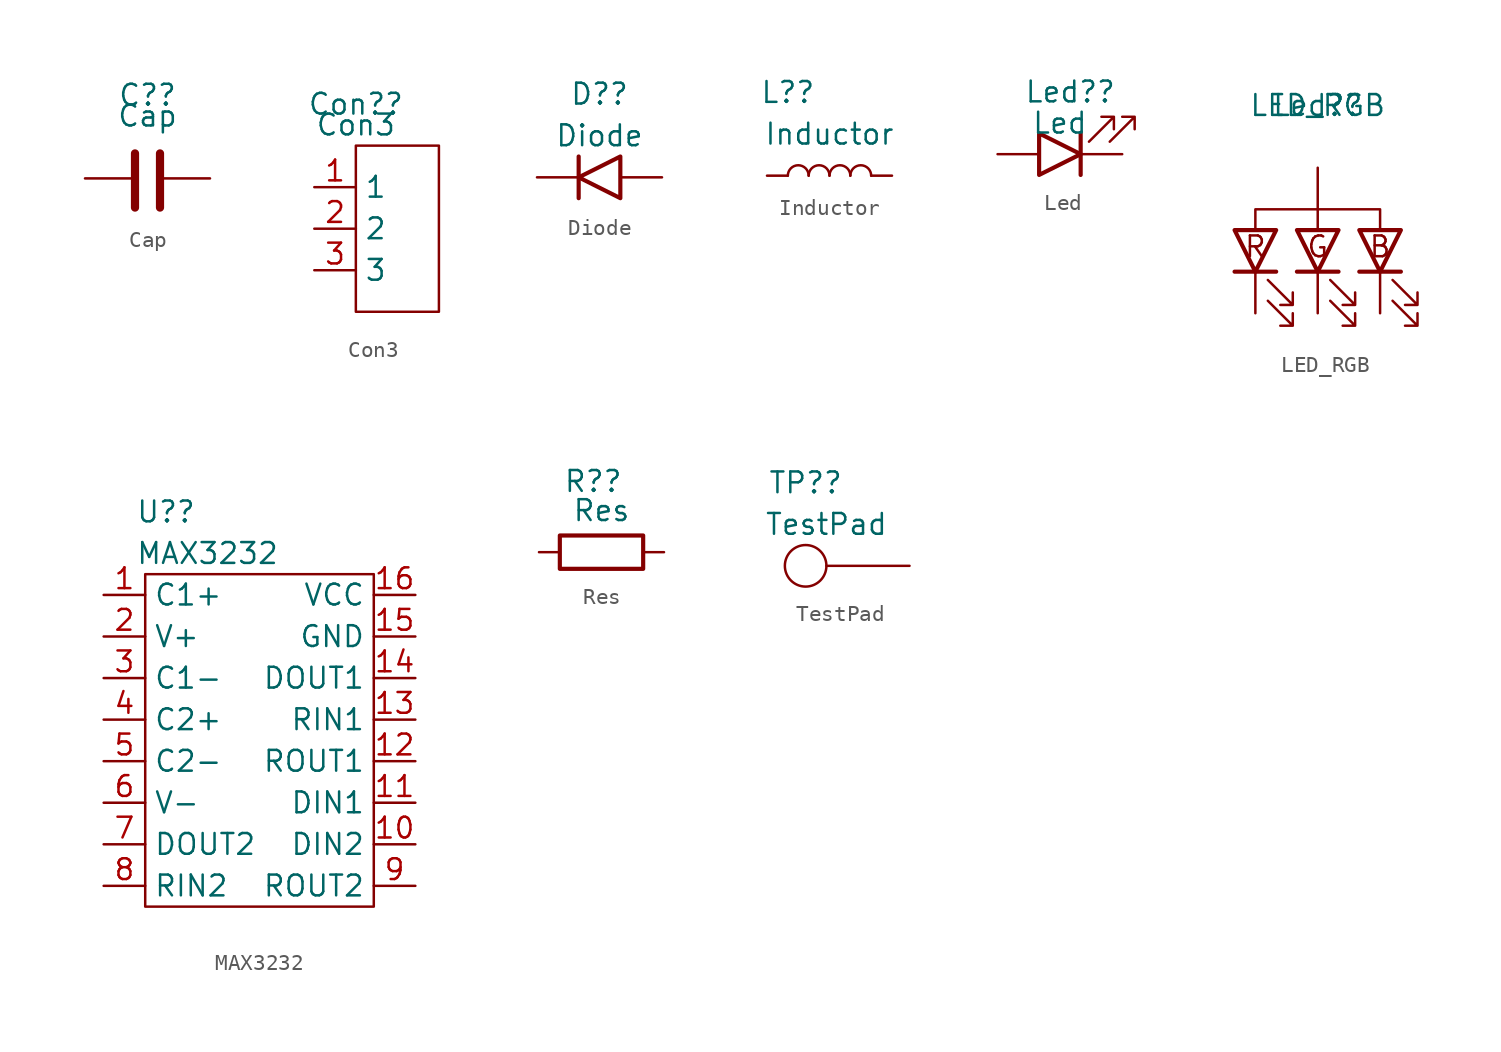
<source format=kicad_sym>
(kicad_symbol_lib
  (version 20211014)
  (generator kicad_symbol_editor)
  (symbol "Cap"
    (pin_numbers hide)
    (pin_names hide)
    (property "Reference" "C?"
      (at 0 5.08 0)
      (effects (font (size 1.27 1.27))))
    (property "Value" "Cap"
      (at 0 3.81 0)
      (effects (font (size 1.27 1.27))))
    (property "Manufacturer" ""
      (at 0 0 0)
      (effects (font (size 1.27 1.27))))
    (property "Comment" ""
      (at 0 0 0)
      (effects (font (size 1.27 1.27))))
    (symbol "Cap_0_1"
      (polyline (pts (xy -0.762 -1.778) (xy -0.762 1.524)) (stroke (width 0.5) (type default) (color 0 0 0 0)) (fill (type none)))
      (polyline (pts (xy 0.762 -1.778) (xy 0.762 1.524)) (stroke (width 0.5) (type default) (color 0 0 0 0)) (fill (type none))))
    (symbol "Cap_1_1"
      (pin passive line (at -3.81 0 0) (length 2.8) (name "~" (effects (font (size 1.27 1.27)))) (number "1" (effects (font (size 1.27 1.27)))))
      (pin passive line (at 3.81 0 180) (length 2.8) (name "~" (effects (font (size 1.27 1.27)))) (number "2" (effects (font (size 1.27 1.27)))))))
  (symbol "Con3"
    (property "Reference" "Con?"
      (at 0 2.54 0)
      (effects (font (size 1.27 1.27))))
    (property "Value" "Con3"
      (at 0 1.27 0)
      (effects (font (size 1.27 1.27))))
    (property "Manufacturer" ""
      (at 0 0 0)
      (effects (font (size 1.27 1.27))))
    (property "Comment" ""
      (at 0 0 0)
      (effects (font (size 1.27 1.27))))
    (symbol "Con3_0_1"
      (rectangle (start 0 0) (end 5.08 -10.16) (stroke (width 0) (type default) (color 0 0 0 0)) (fill (type none))))
    (symbol "Con3_1_1"
      (pin bidirectional line (at -2.54 -2.54 0) (length 2.54) (name "1" (effects (font (size 1.27 1.27)))) (number "1" (effects (font (size 1.27 1.27)))))
      (pin bidirectional line (at -2.54 -5.08 0) (length 2.54) (name "2" (effects (font (size 1.27 1.27)))) (number "2" (effects (font (size 1.27 1.27)))))
      (pin bidirectional line (at -2.54 -7.62 0) (length 2.54) (name "3" (effects (font (size 1.27 1.27)))) (number "3" (effects (font (size 1.27 1.27)))))))
  (symbol "Diode"
    (pin_numbers hide)
    (pin_names hide)
    (property "Reference" "D?"
      (at 0 1.27 0)
      (effects (font (size 1.27 1.27))))
    (property "Value" "Diode"
      (at 0 -1.27 0)
      (effects (font (size 1.27 1.27))))
    (symbol "Diode_0_1"
      (polyline (pts (xy -1.27 -2.54) (xy -1.27 -5.08)) (stroke (width 0.254) (type default) (color 0 0 0 0)) (fill (type none)))
      (polyline (pts (xy 1.27 -2.54) (xy 1.27 -5.08) (xy -1.27 -3.81) (xy 1.27 -2.54)) (stroke (width 0.254) (type default) (color 0 0 0 0)) (fill (type none))))
    (symbol "Diode_1_1"
      (pin passive line (at 3.81 -3.81 180) (length 2.54) (name "A" (effects (font (size 1.27 1.27)))) (number "1" (effects (font (size 1.27 1.27)))))
      (pin passive line (at -3.81 -3.81 0) (length 2.54) (name "K" (effects (font (size 1.27 1.27)))) (number "2" (effects (font (size 1.27 1.27)))))))
  (symbol "Inductor"
    (pin_numbers hide)
    (property "Reference" "L?"
      (at -2.54 5.08 0)
      (effects (font (size 1.27 1.27))))
    (property "Value" "Inductor"
      (at 0 2.54 0)
      (effects (font (size 1.27 1.27))))
    (property "Comment" ""
      (at 0 0 0)
      (effects (font (size 1.27 1.27))))
    (symbol "Inductor_0_1"
      (arc (start -1.27 0) (mid -1.905 0.635) (end -2.54 0) (stroke (width 0) (type default) (color 0 0 0 0)) (fill (type none)))
      (arc (start 0 0) (mid -0.635 0.635) (end -1.27 0) (stroke (width 0) (type default) (color 0 0 0 0)) (fill (type none)))
      (arc (start 1.27 0) (mid 0.635 0.635) (end 0 0) (stroke (width 0) (type default) (color 0 0 0 0)) (fill (type none)))
      (arc (start 2.54 0) (mid 1.905 0.635) (end 1.27 0) (stroke (width 0) (type default) (color 0 0 0 0)) (fill (type none))))
    (symbol "Inductor_1_1"
      (pin passive line (at -3.81 0 0) (length 1.27) (name "~" (effects (font (size 1.27 1.27)))) (number "1" (effects (font (size 1.27 1.27)))))
      (pin passive line (at 3.81 0 180) (length 1.27) (name "~" (effects (font (size 1.27 1.27)))) (number "2" (effects (font (size 1.27 1.27)))))))
  (symbol "Led"
    (pin_numbers hide)
    (pin_names hide)
    (property "Reference" "Led?"
      (at 0.635 3.81 0)
      (effects (font (size 1.27 1.27))))
    (property "Value" "Led"
      (at 0 1.905 0)
      (effects (font (size 1.27 1.27))))
    (property "Comment" ""
      (at 0 0 0)
      (effects (font (size 1.27 1.27))))
    (symbol "Led_0_1"
      (polyline (pts (xy 1.27 1.27) (xy 1.27 -1.27)) (stroke (width 0.254) (type default) (color 0 0 0 0)) (fill (type none)))
      (polyline (pts (xy -1.27 1.27) (xy -1.27 -1.27) (xy 1.27 0) (xy -1.27 1.27)) (stroke (width 0.254) (type default) (color 0 0 0 0)) (fill (type none)))
      (polyline (pts (xy 1.778 0.762) (xy 3.302 2.286) (xy 2.54 2.286) (xy 3.302 2.286) (xy 3.302 1.524)) (stroke (width 0) (type default) (color 0 0 0 0)) (fill (type none)))
      (polyline (pts (xy 3.048 0.762) (xy 4.572 2.286) (xy 3.81 2.286) (xy 4.572 2.286) (xy 4.572 1.524)) (stroke (width 0) (type default) (color 0 0 0 0)) (fill (type none))))
    (symbol "Led_1_1"
      (pin passive line (at -3.81 0 0) (length 2.54) (name "A" (effects (font (size 1.27 1.27)))) (number "1" (effects (font (size 1.27 1.27)))))
      (pin passive line (at 3.81 0 180) (length 2.54) (name "K" (effects (font (size 1.27 1.27)))) (number "2" (effects (font (size 1.27 1.27)))))))
  (symbol "LED_RGB"
    (pin_numbers hide)
    (pin_names hide)
    (property "Reference" "Led?"
      (at 0 0 0)
      (effects (font (size 1.27 1.27))))
    (property "Value" "LED_RGB"
      (at 0 0 0)
      (effects (font (size 1.27 1.27))))
    (symbol "LED_RGB_0_0"
      (text "B" (at 3.81 -8.636 0) (effects (font (size 1.27 1.27))))
      (text "G" (at 0 -8.636 0) (effects (font (size 1.27 1.27))))
      (text "R" (at -3.81 -8.636 0) (effects (font (size 1.27 1.27)))))
    (symbol "LED_RGB_0_1"
      (polyline (pts (xy -2.54 -10.16) (xy -5.08 -10.16)) (stroke (width 0.254) (type default) (color 0 0 0 0)) (fill (type none)))
      (polyline (pts (xy 0 -6.35) (xy 0 -7.62)) (stroke (width 0) (type default) (color 0 0 0 0)) (fill (type none)))
      (polyline (pts (xy 1.27 -10.16) (xy -1.27 -10.16)) (stroke (width 0.254) (type default) (color 0 0 0 0)) (fill (type none)))
      (polyline (pts (xy 5.08 -10.16) (xy 2.54 -10.16)) (stroke (width 0.254) (type default) (color 0 0 0 0)) (fill (type none)))
      (polyline (pts (xy -3.81 -7.62) (xy -3.81 -6.35) (xy 3.81 -6.35) (xy 3.81 -7.62)) (stroke (width 0) (type default) (color 0 0 0 0)) (fill (type none)))
      (polyline (pts (xy -2.54 -7.62) (xy -5.08 -7.62) (xy -3.81 -10.16) (xy -2.54 -7.62)) (stroke (width 0.254) (type default) (color 0 0 0 0)) (fill (type none)))
      (polyline (pts (xy 1.27 -7.62) (xy -1.27 -7.62) (xy 0 -10.16) (xy 1.27 -7.62)) (stroke (width 0.254) (type default) (color 0 0 0 0)) (fill (type none)))
      (polyline (pts (xy 5.08 -7.62) (xy 2.54 -7.62) (xy 3.81 -10.16) (xy 5.08 -7.62)) (stroke (width 0.254) (type default) (color 0 0 0 0)) (fill (type none)))
      (polyline (pts (xy -3.048 -11.938) (xy -1.524 -13.462) (xy -1.524 -12.7) (xy -1.524 -13.462) (xy -2.286 -13.462)) (stroke (width 0) (type default) (color 0 0 0 0)) (fill (type none)))
      (polyline (pts (xy -3.048 -10.668) (xy -1.524 -12.192) (xy -1.524 -11.43) (xy -1.524 -12.192) (xy -2.286 -12.192)) (stroke (width 0) (type default) (color 0 0 0 0)) (fill (type none)))
      (polyline (pts (xy 0.762 -11.938) (xy 2.286 -13.462) (xy 2.286 -12.7) (xy 2.286 -13.462) (xy 1.524 -13.462)) (stroke (width 0) (type default) (color 0 0 0 0)) (fill (type none)))
      (polyline (pts (xy 0.762 -10.668) (xy 2.286 -12.192) (xy 2.286 -11.43) (xy 2.286 -12.192) (xy 1.524 -12.192)) (stroke (width 0) (type default) (color 0 0 0 0)) (fill (type none)))
      (polyline (pts (xy 4.572 -11.938) (xy 6.096 -13.462) (xy 6.096 -12.7) (xy 6.096 -13.462) (xy 5.334 -13.462)) (stroke (width 0) (type default) (color 0 0 0 0)) (fill (type none)))
      (polyline (pts (xy 4.572 -10.668) (xy 6.096 -12.192) (xy 6.096 -11.43) (xy 6.096 -12.192) (xy 5.334 -12.192)) (stroke (width 0) (type default) (color 0 0 0 0)) (fill (type none))))
    (symbol "LED_RGB_1_1"
      (pin passive line (at -3.81 -12.7 90) (length 2.54) (name "K" (effects (font (size 1.27 1.27)))) (number "1" (effects (font (size 1.27 1.27)))))
      (pin passive line (at 0 -12.7 90) (length 2.54) (name "K" (effects (font (size 1.27 1.27)))) (number "2" (effects (font (size 1.27 1.27)))))
      (pin passive line (at 0 -3.81 270) (length 2.54) (name "A" (effects (font (size 1.27 1.27)))) (number "4" (effects (font (size 1.27 1.27)))))
      (pin passive line (at 3.81 -12.7 90) (length 2.54) (name "K" (effects (font (size 1.27 1.27)))) (number "4" (effects (font (size 1.27 1.27)))))))
  (symbol "MAX3232"
    (property "Reference" "U?"
      (at -6.35 2.54 0)
      (effects (font (size 1.27 1.27))))
    (property "Value" "MAX3232"
      (at -3.81 0 0)
      (effects (font (size 1.27 1.27))))
    (symbol "MAX3232_0_1"
      (rectangle (start -7.62 -1.27) (end 6.35 -21.59) (stroke (width 0) (type default) (color 0 0 0 0)) (fill (type none))))
    (symbol "MAX3232_1_1"
      (pin input line (at -10.16 -2.54 0) (length 2.54) (name "C1+" (effects (font (size 1.27 1.27)))) (number "1" (effects (font (size 1.27 1.27)))))
      (pin input line (at 8.89 -17.78 180) (length 2.54) (name "DIN2" (effects (font (size 1.27 1.27)))) (number "10" (effects (font (size 1.27 1.27)))))
      (pin input line (at 8.89 -15.24 180) (length 2.54) (name "DIN1" (effects (font (size 1.27 1.27)))) (number "11" (effects (font (size 1.27 1.27)))))
      (pin output line (at 8.89 -12.7 180) (length 2.54) (name "ROUT1" (effects (font (size 1.27 1.27)))) (number "12" (effects (font (size 1.27 1.27)))))
      (pin input line (at 8.89 -10.16 180) (length 2.54) (name "RIN1" (effects (font (size 1.27 1.27)))) (number "13" (effects (font (size 1.27 1.27)))))
      (pin output line (at 8.89 -7.62 180) (length 2.54) (name "DOUT1" (effects (font (size 1.27 1.27)))) (number "14" (effects (font (size 1.27 1.27)))))
      (pin power_out line (at 8.89 -5.08 180) (length 2.54) (name "GND" (effects (font (size 1.27 1.27)))) (number "15" (effects (font (size 1.27 1.27)))))
      (pin power_in line (at 8.89 -2.54 180) (length 2.54) (name "VCC" (effects (font (size 1.27 1.27)))) (number "16" (effects (font (size 1.27 1.27)))))
      (pin power_in line (at -10.16 -5.08 0) (length 2.54) (name "V+" (effects (font (size 1.27 1.27)))) (number "2" (effects (font (size 1.27 1.27)))))
      (pin input line (at -10.16 -7.62 0) (length 2.54) (name "C1-" (effects (font (size 1.27 1.27)))) (number "3" (effects (font (size 1.27 1.27)))))
      (pin input line (at -10.16 -10.16 0) (length 2.54) (name "C2+" (effects (font (size 1.27 1.27)))) (number "4" (effects (font (size 1.27 1.27)))))
      (pin input line (at -10.16 -12.7 0) (length 2.54) (name "C2-" (effects (font (size 1.27 1.27)))) (number "5" (effects (font (size 1.27 1.27)))))
      (pin power_in line (at -10.16 -15.24 0) (length 2.54) (name "V-" (effects (font (size 1.27 1.27)))) (number "6" (effects (font (size 1.27 1.27)))))
      (pin input line (at -10.16 -17.78 0) (length 2.54) (name "DOUT2" (effects (font (size 1.27 1.27)))) (number "7" (effects (font (size 1.27 1.27)))))
      (pin power_in line (at -10.16 -20.32 0) (length 2.54) (name "RIN2" (effects (font (size 1.27 1.27)))) (number "8" (effects (font (size 1.27 1.27)))))
      (pin output line (at 8.89 -20.32 180) (length 2.54) (name "ROUT2" (effects (font (size 1.27 1.27)))) (number "9" (effects (font (size 1.27 1.27)))))))
  (symbol "Res"
    (pin_numbers hide)
    (pin_names hide)
    (property "Reference" "R?"
      (at -0.508 4.318 0)
      (effects (font (size 1.27 1.27))))
    (property "Value" "Res"
      (at 0 2.54 0)
      (effects (font (size 1.27 1.27))))
    (symbol "Res_0_1"
      (rectangle (start -2.54 1.016) (end 2.54 -1.016) (stroke (width 0.254) (type default) (color 0 0 0 0)) (fill (type none))))
    (symbol "Res_1_1"
      (pin passive line (at -3.81 0 0) (length 1.27) (name "~" (effects (font (size 1.27 1.27)))) (number "1" (effects (font (size 1.27 1.27)))))
      (pin passive line (at 3.81 0 180) (length 1.27) (name "~" (effects (font (size 1.27 1.27)))) (number "2" (effects (font (size 1.27 1.27)))))))
  (symbol "TestPad"
    (pin_numbers hide)
    (pin_names hide)
    (property "Reference" "TP?"
      (at -1.27 1.27 0)
      (effects (font (size 1.27 1.27))))
    (property "Value" "TestPad"
      (at 0 -1.27 0)
      (effects (font (size 1.27 1.27))))
    (symbol "TestPad_0_1"
      (circle (center -1.27 -3.81) (radius 1.27) (stroke (width 0) (type default) (color 0 0 0 0)) (fill (type none))))
    (symbol "TestPad_1_1"
      (pin bidirectional line (at 5.08 -3.81 180) (length 5.08) (name "TP" (effects (font (size 1.27 1.27)))) (number "1" (effects (font (size 1.27 1.27))))))))
</source>
